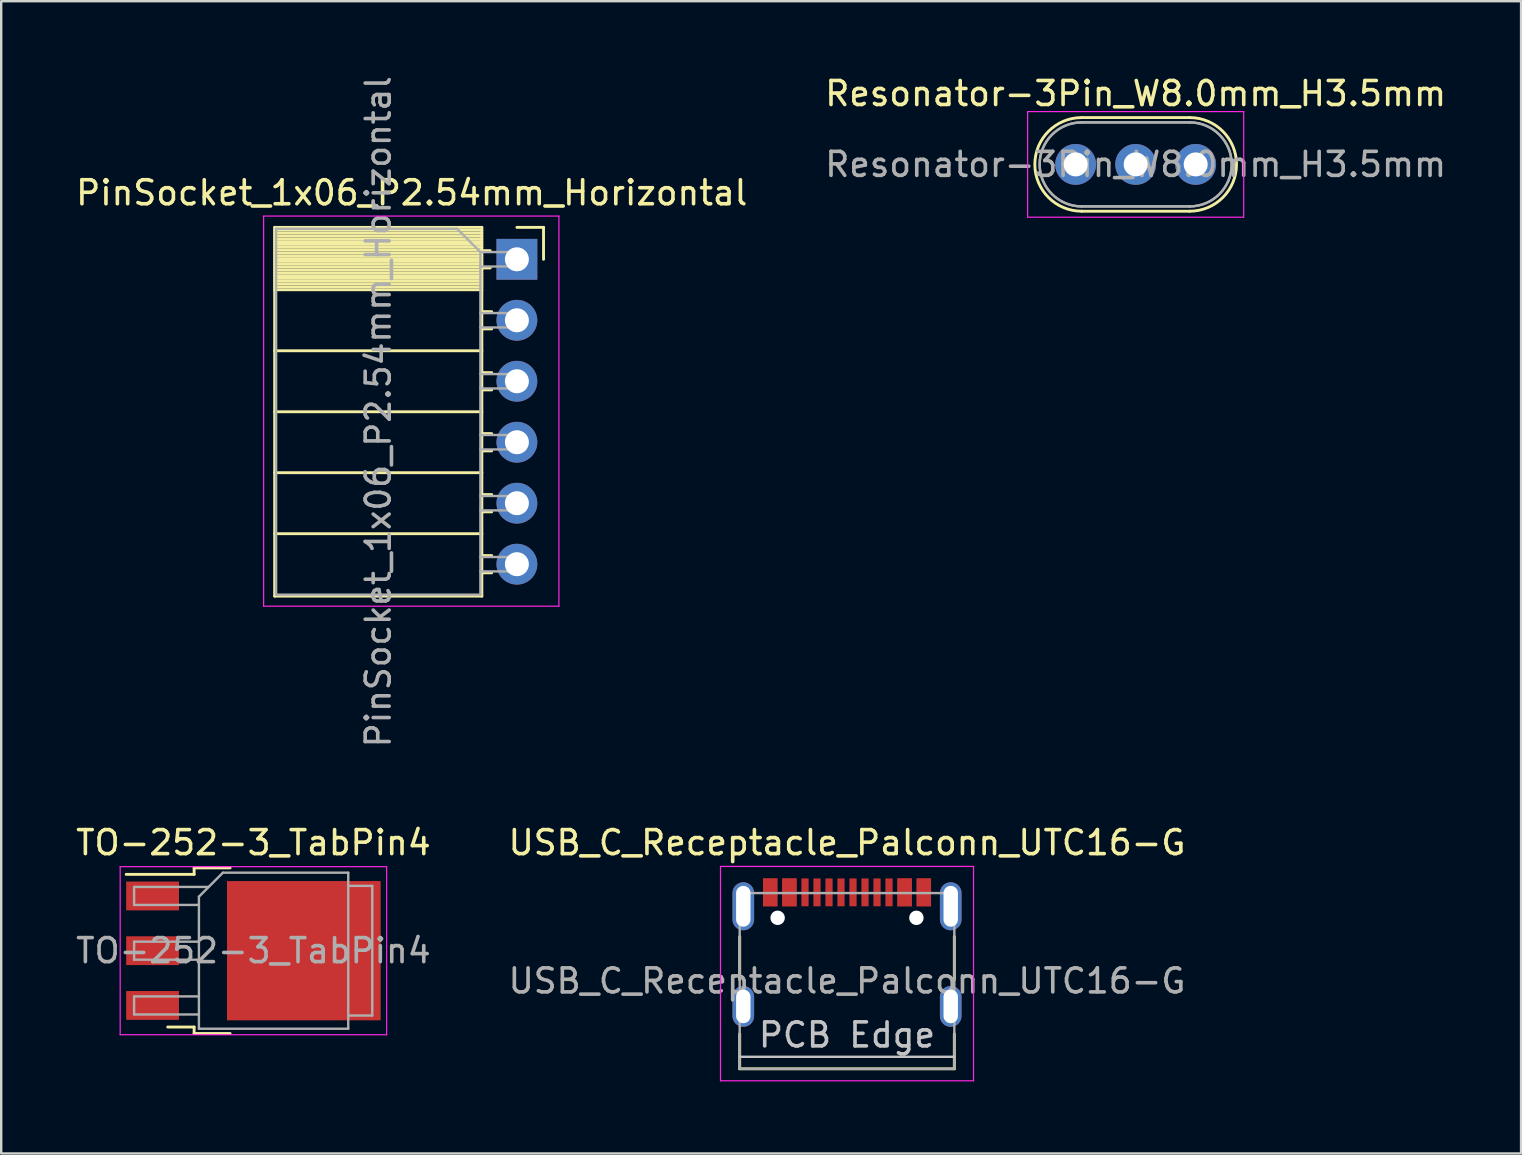
<source format=kicad_pcb>
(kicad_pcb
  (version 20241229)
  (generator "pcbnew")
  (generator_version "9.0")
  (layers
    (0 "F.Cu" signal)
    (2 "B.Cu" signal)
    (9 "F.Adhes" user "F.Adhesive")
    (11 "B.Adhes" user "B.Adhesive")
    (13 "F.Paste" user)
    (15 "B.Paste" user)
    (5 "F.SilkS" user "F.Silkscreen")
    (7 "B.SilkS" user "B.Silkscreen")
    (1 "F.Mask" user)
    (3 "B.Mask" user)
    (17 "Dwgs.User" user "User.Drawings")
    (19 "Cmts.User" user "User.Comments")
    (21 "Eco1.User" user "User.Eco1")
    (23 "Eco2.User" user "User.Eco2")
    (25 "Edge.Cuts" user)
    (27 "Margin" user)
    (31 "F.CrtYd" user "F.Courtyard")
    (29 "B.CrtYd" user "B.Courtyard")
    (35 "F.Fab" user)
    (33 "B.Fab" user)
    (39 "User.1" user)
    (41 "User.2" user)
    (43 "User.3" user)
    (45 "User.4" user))
  (footprint "USB_C_Receptacle_Palconn_UTC16-G"
    (layer "F.Cu")
    (at 32.232 36.631)
    (property "Reference" "USB_C_Receptacle_Palconn_UTC16-G" (at 0 -4.58 180) (layer "F.SilkS") (effects (font (size 1 1) (thickness 0.15))))
    (attr smd)
    (fp_line (start -4.47 -0.67) (end -4.47 1.13) (stroke (width 0.12) (type solid)) (layer "F.SilkS"))
    (fp_line (start -4.47 4.84) (end -4.47 3.38) (stroke (width 0.12) (type solid)) (layer "F.SilkS"))
    (fp_line (start 4.47 -0.67) (end 4.47 1.13) (stroke (width 0.12) (type solid)) (layer "F.SilkS"))
    (fp_line (start 4.47 4.84) (end -4.47 4.84) (stroke (width 0.12) (type solid)) (layer "F.SilkS"))
    (fp_line (start 4.47 4.84) (end 4.47 3.38) (stroke (width 0.12) (type solid)) (layer "F.SilkS"))
    (fp_line (start -4.47 4.34) (end 4.47 4.34) (stroke (width 0.1) (type solid)) (layer "Dwgs.User"))
    (fp_line (start -5.27 -3.59) (end -5.27 5.34) (stroke (width 0.05) (type solid)) (layer "F.CrtYd"))
    (fp_line (start -5.27 5.34) (end 5.27 5.34) (stroke (width 0.05) (type solid)) (layer "F.CrtYd"))
    (fp_line (start 5.27 -3.59) (end -5.27 -3.59) (stroke (width 0.05) (type solid)) (layer "F.CrtYd"))
    (fp_line (start 5.27 5.34) (end 5.27 -3.59) (stroke (width 0.05) (type solid)) (layer "F.CrtYd"))
    (fp_line (start -4.47 -2.48) (end -4.47 4.84) (stroke (width 0.1) (type solid)) (layer "F.Fab"))
    (fp_line (start -4.47 -2.48) (end 4.47 -2.48) (stroke (width 0.1) (type solid)) (layer "F.Fab"))
    (fp_line (start 4.47 -2.48) (end 4.47 4.84) (stroke (width 0.1) (type solid)) (layer "F.Fab"))
    (fp_line (start 4.47 4.84) (end -4.47 4.84) (stroke (width 0.1) (type solid)) (layer "F.Fab"))
    (fp_text user "PCB Edge" (at 0 3.43 180) (layer "Dwgs.User") (effects (font (size 1 1) (thickness 0.15))))
    (fp_text user "${REFERENCE}" (at 0 1.18 180) (layer "F.Fab") (effects (font (size 1 1) (thickness 0.15))))
    (pad "" np_thru_hole circle (at -2.89 -1.45 180) (size 0.6 0.6) (drill 0.6) (layers "*.Cu" "*.Mask"))
    (pad "" np_thru_hole circle (at 2.89 -1.45 180) (size 0.6 0.6) (drill 0.6) (layers "*.Cu" "*.Mask"))
    (pad "A1" smd rect (at -3.2 -2.51) (size 0.6 1.16) (layers "F.Cu" "F.Mask" "F.Paste"))
    (pad "A4" smd rect (at -2.4 -2.51) (size 0.6 1.16) (layers "F.Cu" "F.Mask" "F.Paste"))
    (pad "A5" smd rect (at -1.25 -2.51 180) (size 0.3 1.16) (layers "F.Cu" "F.Mask" "F.Paste"))
    (pad "A6" smd rect (at -0.25 -2.51 180) (size 0.3 1.16) (layers "F.Cu" "F.Mask" "F.Paste"))
    (pad "A7" smd rect (at 0.25 -2.51 180) (size 0.3 1.16) (layers "F.Cu" "F.Mask" "F.Paste"))
    (pad "A8" smd rect (at 1.25 -2.51 180) (size 0.3 1.16) (layers "F.Cu" "F.Mask" "F.Paste"))
    (pad "A9" smd rect (at 2.4 -2.51) (size 0.6 1.16) (layers "F.Cu" "F.Mask" "F.Paste"))
    (pad "A12" smd rect (at 3.2 -2.51) (size 0.6 1.16) (layers "F.Cu" "F.Mask" "F.Paste"))
    (pad "B1" smd rect (at 3.2 -2.51) (size 0.6 1.16) (layers "F.Cu" "F.Mask" "F.Paste"))
    (pad "B4" smd rect (at 2.4 -2.51) (size 0.6 1.16) (layers "F.Cu" "F.Mask" "F.Paste"))
    (pad "B5" smd rect (at 1.75 -2.51 180) (size 0.3 1.16) (layers "F.Cu" "F.Mask" "F.Paste"))
    (pad "B6" smd rect (at 0.75 -2.51 180) (size 0.3 1.16) (layers "F.Cu" "F.Mask" "F.Paste"))
    (pad "B7" smd rect (at -0.75 -2.51 180) (size 0.3 1.16) (layers "F.Cu" "F.Mask" "F.Paste"))
    (pad "B8" smd rect (at -1.75 -2.51 180) (size 0.3 1.16) (layers "F.Cu" "F.Mask" "F.Paste"))
    (pad "B9" smd rect (at -2.4 -2.51) (size 0.6 1.16) (layers "F.Cu" "F.Mask" "F.Paste"))
    (pad "B12" smd rect (at -3.2 -2.51) (size 0.6 1.16) (layers "F.Cu" "F.Mask" "F.Paste"))
    (pad "S1" thru_hole oval (at -4.32 -1.93 90) (size 2 0.9) (drill oval 1.7 0.6) (layers "*.Cu" "*.Mask"))
    (pad "S1" thru_hole oval (at -4.32 2.24 90) (size 1.7 0.9) (drill oval 1.4 0.6) (layers "*.Cu" "*.Mask"))
    (pad "S1" thru_hole oval (at 4.32 -1.93 90) (size 2 0.9) (drill oval 1.7 0.6) (layers "*.Cu" "*.Mask"))
    (pad "S1" thru_hole oval (at 4.32 2.24 90) (size 1.7 0.9) (drill oval 1.4 0.6) (layers "*.Cu" "*.Mask")))
  (footprint "TO-252-3_TabPin4"
    (layer "F.Cu")
    (at 7.506 36.551)
    (property "Reference" "TO-252-3_TabPin4" (at 0 -4.5 0) (layer "F.SilkS") (effects (font (size 1 1) (thickness 0.15))))
    (attr smd)
    (fp_line (start -2.47 -3.45) (end -2.47 -3.18) (stroke (width 0.12) (type solid)) (layer "F.SilkS"))
    (fp_line (start -2.47 -3.18) (end -5.3 -3.18) (stroke (width 0.12) (type solid)) (layer "F.SilkS"))
    (fp_line (start -2.47 3.18) (end -3.57 3.18) (stroke (width 0.12) (type solid)) (layer "F.SilkS"))
    (fp_line (start -2.47 3.45) (end -2.47 3.18) (stroke (width 0.12) (type solid)) (layer "F.SilkS"))
    (fp_line (start -0.97 -3.45) (end -2.47 -3.45) (stroke (width 0.12) (type solid)) (layer "F.SilkS"))
    (fp_line (start -0.97 3.45) (end -2.47 3.45) (stroke (width 0.12) (type solid)) (layer "F.SilkS"))
    (fp_line (start -5.55 -3.5) (end -5.55 3.5) (stroke (width 0.05) (type solid)) (layer "F.CrtYd"))
    (fp_line (start -5.55 3.5) (end 5.55 3.5) (stroke (width 0.05) (type solid)) (layer "F.CrtYd"))
    (fp_line (start 5.55 -3.5) (end -5.55 -3.5) (stroke (width 0.05) (type solid)) (layer "F.CrtYd"))
    (fp_line (start 5.55 3.5) (end 5.55 -3.5) (stroke (width 0.05) (type solid)) (layer "F.CrtYd"))
    (fp_line (start -4.97 -2.655) (end -4.97 -1.905) (stroke (width 0.1) (type solid)) (layer "F.Fab"))
    (fp_line (start -4.97 -1.905) (end -2.27 -1.905) (stroke (width 0.1) (type solid)) (layer "F.Fab"))
    (fp_line (start -4.97 -0.375) (end -4.97 0.375) (stroke (width 0.1) (type solid)) (layer "F.Fab"))
    (fp_line (start -4.97 0.375) (end -2.27 0.375) (stroke (width 0.1) (type solid)) (layer "F.Fab"))
    (fp_line (start -4.97 1.905) (end -4.97 2.655) (stroke (width 0.1) (type solid)) (layer "F.Fab"))
    (fp_line (start -4.97 2.655) (end -2.27 2.655) (stroke (width 0.1) (type solid)) (layer "F.Fab"))
    (fp_line (start -2.27 -2.25) (end -1.27 -3.25) (stroke (width 0.1) (type solid)) (layer "F.Fab"))
    (fp_line (start -2.27 -0.375) (end -4.97 -0.375) (stroke (width 0.1) (type solid)) (layer "F.Fab"))
    (fp_line (start -2.27 1.905) (end -4.97 1.905) (stroke (width 0.1) (type solid)) (layer "F.Fab"))
    (fp_line (start -2.27 3.25) (end -2.27 -2.25) (stroke (width 0.1) (type solid)) (layer "F.Fab"))
    (fp_line (start -1.865 -2.655) (end -4.97 -2.655) (stroke (width 0.1) (type solid)) (layer "F.Fab"))
    (fp_line (start -1.27 -3.25) (end 3.95 -3.25) (stroke (width 0.1) (type solid)) (layer "F.Fab"))
    (fp_line (start 3.95 -3.25) (end 3.95 3.25) (stroke (width 0.1) (type solid)) (layer "F.Fab"))
    (fp_line (start 3.95 -2.7) (end 4.95 -2.7) (stroke (width 0.1) (type solid)) (layer "F.Fab"))
    (fp_line (start 3.95 3.25) (end -2.27 3.25) (stroke (width 0.1) (type solid)) (layer "F.Fab"))
    (fp_line (start 4.95 -2.7) (end 4.95 2.7) (stroke (width 0.1) (type solid)) (layer "F.Fab"))
    (fp_line (start 4.95 2.7) (end 3.95 2.7) (stroke (width 0.1) (type solid)) (layer "F.Fab"))
    (fp_text user "${REFERENCE}" (at 0 0 0) (layer "F.Fab") (effects (font (size 1 1) (thickness 0.15))))
    (pad "" smd rect (at 0.425 -1.525) (size 3.05 2.75) (layers "F.Paste"))
    (pad "" smd rect (at 0.425 1.525) (size 3.05 2.75) (layers "F.Paste"))
    (pad "" smd rect (at 3.775 -1.525) (size 3.05 2.75) (layers "F.Paste"))
    (pad "" smd rect (at 3.775 1.525) (size 3.05 2.75) (layers "F.Paste"))
    (pad "1" smd rect (at -4.2 -2.28) (size 2.2 1.2) (layers "F.Cu" "F.Mask" "F.Paste"))
    (pad "2" smd rect (at -4.2 0) (size 2.2 1.2) (layers "F.Cu" "F.Mask" "F.Paste"))
    (pad "3" smd rect (at -4.2 2.28) (size 2.2 1.2) (layers "F.Cu" "F.Mask" "F.Paste"))
    (pad "4" smd rect (at 2.1 0) (size 6.4 5.8) (layers "F.Cu" "F.Mask")))
  (footprint "PinSocket_1x06_P2.54mm_Horizontal"
    (layer "F.Cu")
    (at 18.481 7.751)
    (property "Reference" "PinSocket_1x06_P2.54mm_Horizontal" (at -4.38 -2.77 180) (layer "F.SilkS") (effects (font (size 1 1) (thickness 0.15))))
    (attr through_hole)
    (fp_line (start -10.09 -1.33) (end -10.09 14.03) (stroke (width 0.12) (type solid)) (layer "F.SilkS"))
    (fp_line (start -10.09 -1.33) (end -1.46 -1.33) (stroke (width 0.12) (type solid)) (layer "F.SilkS"))
    (fp_line (start -10.09 -1.21) (end -1.46 -1.21) (stroke (width 0.12) (type solid)) (layer "F.SilkS"))
    (fp_line (start -10.09 -1.092) (end -1.46 -1.092) (stroke (width 0.12) (type solid)) (layer "F.SilkS"))
    (fp_line (start -10.09 -0.974) (end -1.46 -0.974) (stroke (width 0.12) (type solid)) (layer "F.SilkS"))
    (fp_line (start -10.09 -0.856) (end -1.46 -0.856) (stroke (width 0.12) (type solid)) (layer "F.SilkS"))
    (fp_line (start -10.09 -0.738) (end -1.46 -0.738) (stroke (width 0.12) (type solid)) (layer "F.SilkS"))
    (fp_line (start -10.09 -0.62) (end -1.46 -0.62) (stroke (width 0.12) (type solid)) (layer "F.SilkS"))
    (fp_line (start -10.09 -0.501) (end -1.46 -0.501) (stroke (width 0.12) (type solid)) (layer "F.SilkS"))
    (fp_line (start -10.09 -0.383) (end -1.46 -0.383) (stroke (width 0.12) (type solid)) (layer "F.SilkS"))
    (fp_line (start -10.09 -0.265) (end -1.46 -0.265) (stroke (width 0.12) (type solid)) (layer "F.SilkS"))
    (fp_line (start -10.09 -0.147) (end -1.46 -0.147) (stroke (width 0.12) (type solid)) (layer "F.SilkS"))
    (fp_line (start -10.09 -0.029) (end -1.46 -0.029) (stroke (width 0.12) (type solid)) (layer "F.SilkS"))
    (fp_line (start -10.09 0.089) (end -1.46 0.089) (stroke (width 0.12) (type solid)) (layer "F.SilkS"))
    (fp_line (start -10.09 0.207) (end -1.46 0.207) (stroke (width 0.12) (type solid)) (layer "F.SilkS"))
    (fp_line (start -10.09 0.325) (end -1.46 0.325) (stroke (width 0.12) (type solid)) (layer "F.SilkS"))
    (fp_line (start -10.09 0.443) (end -1.46 0.443) (stroke (width 0.12) (type solid)) (layer "F.SilkS"))
    (fp_line (start -10.09 0.561) (end -1.46 0.561) (stroke (width 0.12) (type solid)) (layer "F.SilkS"))
    (fp_line (start -10.09 0.68) (end -1.46 0.68) (stroke (width 0.12) (type solid)) (layer "F.SilkS"))
    (fp_line (start -10.09 0.798) (end -1.46 0.798) (stroke (width 0.12) (type solid)) (layer "F.SilkS"))
    (fp_line (start -10.09 0.916) (end -1.46 0.916) (stroke (width 0.12) (type solid)) (layer "F.SilkS"))
    (fp_line (start -10.09 1.034) (end -1.46 1.034) (stroke (width 0.12) (type solid)) (layer "F.SilkS"))
    (fp_line (start -10.09 1.152) (end -1.46 1.152) (stroke (width 0.12) (type solid)) (layer "F.SilkS"))
    (fp_line (start -10.09 1.27) (end -1.46 1.27) (stroke (width 0.12) (type solid)) (layer "F.SilkS"))
    (fp_line (start -10.09 3.81) (end -1.46 3.81) (stroke (width 0.12) (type solid)) (layer "F.SilkS"))
    (fp_line (start -10.09 6.35) (end -1.46 6.35) (stroke (width 0.12) (type solid)) (layer "F.SilkS"))
    (fp_line (start -10.09 8.89) (end -1.46 8.89) (stroke (width 0.12) (type solid)) (layer "F.SilkS"))
    (fp_line (start -10.09 11.43) (end -1.46 11.43) (stroke (width 0.12) (type solid)) (layer "F.SilkS"))
    (fp_line (start -10.09 14.03) (end -1.46 14.03) (stroke (width 0.12) (type solid)) (layer "F.SilkS"))
    (fp_line (start -1.46 -1.33) (end -1.46 14.03) (stroke (width 0.12) (type solid)) (layer "F.SilkS"))
    (fp_line (start -1.46 -0.36) (end -1.11 -0.36) (stroke (width 0.12) (type solid)) (layer "F.SilkS"))
    (fp_line (start -1.46 0.36) (end -1.11 0.36) (stroke (width 0.12) (type solid)) (layer "F.SilkS"))
    (fp_line (start -1.46 2.18) (end -1.05 2.18) (stroke (width 0.12) (type solid)) (layer "F.SilkS"))
    (fp_line (start -1.46 2.9) (end -1.05 2.9) (stroke (width 0.12) (type solid)) (layer "F.SilkS"))
    (fp_line (start -1.46 4.72) (end -1.05 4.72) (stroke (width 0.12) (type solid)) (layer "F.SilkS"))
    (fp_line (start -1.46 5.44) (end -1.05 5.44) (stroke (width 0.12) (type solid)) (layer "F.SilkS"))
    (fp_line (start -1.46 7.26) (end -1.05 7.26) (stroke (width 0.12) (type solid)) (layer "F.SilkS"))
    (fp_line (start -1.46 7.98) (end -1.05 7.98) (stroke (width 0.12) (type solid)) (layer "F.SilkS"))
    (fp_line (start -1.46 9.8) (end -1.05 9.8) (stroke (width 0.12) (type solid)) (layer "F.SilkS"))
    (fp_line (start -1.46 10.52) (end -1.05 10.52) (stroke (width 0.12) (type solid)) (layer "F.SilkS"))
    (fp_line (start -1.46 12.34) (end -1.05 12.34) (stroke (width 0.12) (type solid)) (layer "F.SilkS"))
    (fp_line (start -1.46 13.06) (end -1.05 13.06) (stroke (width 0.12) (type solid)) (layer "F.SilkS"))
    (fp_line (start 0 -1.33) (end 1.11 -1.33) (stroke (width 0.12) (type solid)) (layer "F.SilkS"))
    (fp_line (start 1.11 -1.33) (end 1.11 0) (stroke (width 0.12) (type solid)) (layer "F.SilkS"))
    (fp_line (start -10.55 -1.8) (end -10.55 14.45) (stroke (width 0.05) (type solid)) (layer "F.CrtYd"))
    (fp_line (start -10.55 14.45) (end 1.75 14.45) (stroke (width 0.05) (type solid)) (layer "F.CrtYd"))
    (fp_line (start 1.75 -1.8) (end -10.55 -1.8) (stroke (width 0.05) (type solid)) (layer "F.CrtYd"))
    (fp_line (start 1.75 14.45) (end 1.75 -1.8) (stroke (width 0.05) (type solid)) (layer "F.CrtYd"))
    (fp_line (start -10.03 -1.27) (end -2.49 -1.27) (stroke (width 0.1) (type solid)) (layer "F.Fab"))
    (fp_line (start -10.03 13.97) (end -10.03 -1.27) (stroke (width 0.1) (type solid)) (layer "F.Fab"))
    (fp_line (start -2.49 -1.27) (end -1.52 -0.3) (stroke (width 0.1) (type solid)) (layer "F.Fab"))
    (fp_line (start -1.52 -0.3) (end -1.52 13.97) (stroke (width 0.1) (type solid)) (layer "F.Fab"))
    (fp_line (start -1.52 0.3) (end 0 0.3) (stroke (width 0.1) (type solid)) (layer "F.Fab"))
    (fp_line (start -1.52 2.84) (end 0 2.84) (stroke (width 0.1) (type solid)) (layer "F.Fab"))
    (fp_line (start -1.52 5.38) (end 0 5.38) (stroke (width 0.1) (type solid)) (layer "F.Fab"))
    (fp_line (start -1.52 7.92) (end 0 7.92) (stroke (width 0.1) (type solid)) (layer "F.Fab"))
    (fp_line (start -1.52 10.46) (end 0 10.46) (stroke (width 0.1) (type solid)) (layer "F.Fab"))
    (fp_line (start -1.52 13) (end 0 13) (stroke (width 0.1) (type solid)) (layer "F.Fab"))
    (fp_line (start -1.52 13.97) (end -10.03 13.97) (stroke (width 0.1) (type solid)) (layer "F.Fab"))
    (fp_line (start 0 -0.3) (end -1.52 -0.3) (stroke (width 0.1) (type solid)) (layer "F.Fab"))
    (fp_line (start 0 0.3) (end 0 -0.3) (stroke (width 0.1) (type solid)) (layer "F.Fab"))
    (fp_line (start 0 2.24) (end -1.52 2.24) (stroke (width 0.1) (type solid)) (layer "F.Fab"))
    (fp_line (start 0 2.84) (end 0 2.24) (stroke (width 0.1) (type solid)) (layer "F.Fab"))
    (fp_line (start 0 4.78) (end -1.52 4.78) (stroke (width 0.1) (type solid)) (layer "F.Fab"))
    (fp_line (start 0 5.38) (end 0 4.78) (stroke (width 0.1) (type solid)) (layer "F.Fab"))
    (fp_line (start 0 7.32) (end -1.52 7.32) (stroke (width 0.1) (type solid)) (layer "F.Fab"))
    (fp_line (start 0 7.92) (end 0 7.32) (stroke (width 0.1) (type solid)) (layer "F.Fab"))
    (fp_line (start 0 9.86) (end -1.52 9.86) (stroke (width 0.1) (type solid)) (layer "F.Fab"))
    (fp_line (start 0 10.46) (end 0 9.86) (stroke (width 0.1) (type solid)) (layer "F.Fab"))
    (fp_line (start 0 12.4) (end -1.52 12.4) (stroke (width 0.1) (type solid)) (layer "F.Fab"))
    (fp_line (start 0 13) (end 0 12.4) (stroke (width 0.1) (type solid)) (layer "F.Fab"))
    (fp_text user "${REFERENCE}" (at -5.775 6.35 90) (layer "F.Fab") (effects (font (size 1 1) (thickness 0.15))))
    (pad "1" thru_hole rect (at 0 0) (size 1.7 1.7) (drill 1) (layers "*.Cu" "*.Mask"))
    (pad "2" thru_hole oval (at 0 2.54) (size 1.7 1.7) (drill 1) (layers "*.Cu" "*.Mask"))
    (pad "3" thru_hole oval (at 0 5.08) (size 1.7 1.7) (drill 1) (layers "*.Cu" "*.Mask"))
    (pad "4" thru_hole oval (at 0 7.62) (size 1.7 1.7) (drill 1) (layers "*.Cu" "*.Mask"))
    (pad "5" thru_hole oval (at 0 10.16) (size 1.7 1.7) (drill 1) (layers "*.Cu" "*.Mask"))
    (pad "6" thru_hole oval (at 0 12.7) (size 1.7 1.7) (drill 1) (layers "*.Cu" "*.Mask")))
  (footprint "Resonator-3Pin_W8.0mm_H3.5mm"
    (layer "F.Cu")
    (at 41.756 3.798)
    (property "Reference" "Resonator-3Pin_W8.0mm_H3.5mm" (at 2.5 -2.95 180) (layer "F.SilkS") (effects (font (size 1 1) (thickness 0.15))))
    (attr through_hole)
    (fp_line (start 0.25 -1.95) (end 4.75 -1.95) (stroke (width 0.12) (type solid)) (layer "F.SilkS"))
    (fp_line (start 0.25 1.95) (end 4.75 1.95) (stroke (width 0.12) (type solid)) (layer "F.SilkS"))
    (fp_arc (start 0.25 1.95) (mid -1.7 0) (end 0.25 -1.95) (stroke (width 0.12) (type solid)) (layer "F.SilkS"))
    (fp_arc (start 4.75 -1.95) (mid 6.7 0) (end 4.75 1.95) (stroke (width 0.12) (type solid)) (layer "F.SilkS"))
    (fp_line (start -2 -2.2) (end -2 2.2) (stroke (width 0.05) (type solid)) (layer "F.CrtYd"))
    (fp_line (start -2 2.2) (end 7 2.2) (stroke (width 0.05) (type solid)) (layer "F.CrtYd"))
    (fp_line (start 7 -2.2) (end -2 -2.2) (stroke (width 0.05) (type solid)) (layer "F.CrtYd"))
    (fp_line (start 7 2.2) (end 7 -2.2) (stroke (width 0.05) (type solid)) (layer "F.CrtYd"))
    (fp_line (start 0.25 -1.75) (end 4.75 -1.75) (stroke (width 0.1) (type solid)) (layer "F.Fab"))
    (fp_line (start 0.25 -1.75) (end 4.75 -1.75) (stroke (width 0.1) (type solid)) (layer "F.Fab"))
    (fp_line (start 0.25 1.75) (end 4.75 1.75) (stroke (width 0.1) (type solid)) (layer "F.Fab"))
    (fp_line (start 0.25 1.75) (end 4.75 1.75) (stroke (width 0.1) (type solid)) (layer "F.Fab"))
    (fp_arc (start 0.25 1.75) (mid -1.5 0) (end 0.25 -1.75) (stroke (width 0.1) (type solid)) (layer "F.Fab"))
    (fp_arc (start 0.25 1.75) (mid -1.5 0) (end 0.25 -1.75) (stroke (width 0.1) (type solid)) (layer "F.Fab"))
    (fp_arc (start 4.75 -1.75) (mid 6.5 0) (end 4.75 1.75) (stroke (width 0.1) (type solid)) (layer "F.Fab"))
    (fp_arc (start 4.75 -1.75) (mid 6.5 0) (end 4.75 1.75) (stroke (width 0.1) (type solid)) (layer "F.Fab"))
    (fp_text user "${REFERENCE}" (at 2.5 0 180) (layer "F.Fab") (effects (font (size 1 1) (thickness 0.15))))
    (pad "1" thru_hole circle (at 0 0) (size 1.7 1.7) (drill 1) (layers "*.Cu" "*.Mask"))
    (pad "2" thru_hole circle (at 2.5 0) (size 1.7 1.7) (drill 1) (layers "*.Cu" "*.Mask"))
    (pad "3" thru_hole circle (at 5 0) (size 1.7 1.7) (drill 1) (layers "*.Cu" "*.Mask")))
  (gr_rect
    (start -3 -3)
    (end 60.31 44.996)
    (stroke (width 0.1) (type default))
    (fill no)
    (layer "Edge.Cuts")))
</source>
